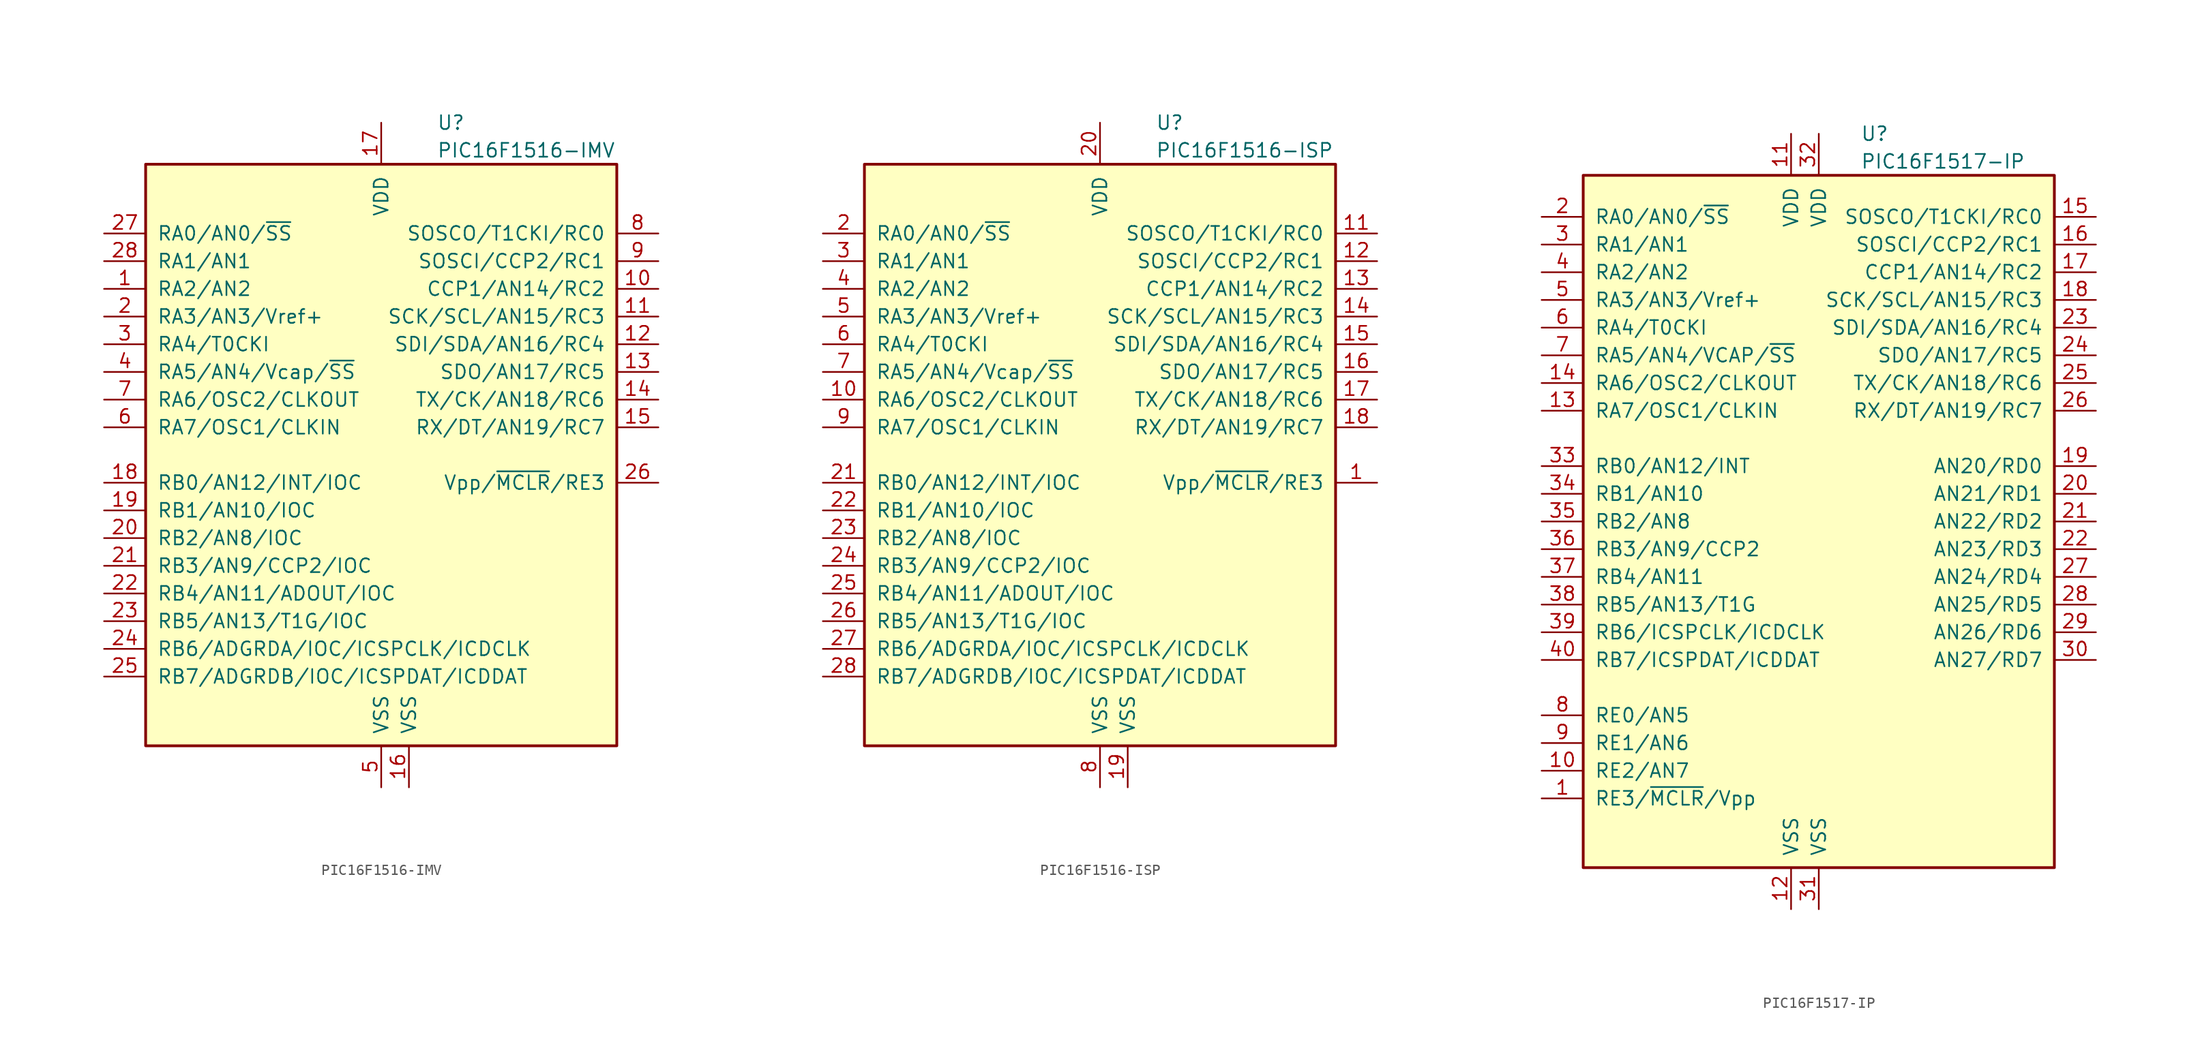
<source format=kicad_sym>
(kicad_symbol_lib
  (version 20241209)
  (generator "kicad_symbol_editor")
  (generator_version "9.0")
  (symbol "PIC16F1516-IMV"
    (pin_names
      (offset 1.016))
    (property "Reference" "U"
      (at 5.08 30.48 0)
      (effects (font (size 1.27 1.27)) (justify left)))
    (property "Value" "PIC16F1516-IMV"
      (at 5.08 27.94 0)
      (effects (font (size 1.27 1.27)) (justify left)))
    (symbol "PIC16F1516-IMV_0_1"
      (rectangle (start -21.59 26.67) (end 21.59 -26.67) (stroke (width 0.254) (type default)) (fill (type background))))
    (symbol "PIC16F1516-IMV_1_1"
      (pin bidirectional line (at -25.4 20.32 0) (length 3.81) (name "RA0/AN0/~{SS}" (effects (font (size 1.27 1.27)))) (number "27" (effects (font (size 1.27 1.27)))))
      (pin bidirectional line (at -25.4 17.78 0) (length 3.81) (name "RA1/AN1" (effects (font (size 1.27 1.27)))) (number "28" (effects (font (size 1.27 1.27)))))
      (pin bidirectional line (at -25.4 15.24 0) (length 3.81) (name "RA2/AN2" (effects (font (size 1.27 1.27)))) (number "1" (effects (font (size 1.27 1.27)))))
      (pin bidirectional line (at -25.4 12.7 0) (length 3.81) (name "RA3/AN3/Vref+" (effects (font (size 1.27 1.27)))) (number "2" (effects (font (size 1.27 1.27)))))
      (pin bidirectional line (at -25.4 10.16 0) (length 3.81) (name "RA4/T0CKI" (effects (font (size 1.27 1.27)))) (number "3" (effects (font (size 1.27 1.27)))))
      (pin bidirectional line (at -25.4 7.62 0) (length 3.81) (name "RA5/AN4/Vcap/~{SS}" (effects (font (size 1.27 1.27)))) (number "4" (effects (font (size 1.27 1.27)))))
      (pin bidirectional line (at -25.4 5.08 0) (length 3.81) (name "RA6/OSC2/CLKOUT" (effects (font (size 1.27 1.27)))) (number "7" (effects (font (size 1.27 1.27)))))
      (pin bidirectional line (at -25.4 2.54 0) (length 3.81) (name "RA7/OSC1/CLKIN" (effects (font (size 1.27 1.27)))) (number "6" (effects (font (size 1.27 1.27)))))
      (pin bidirectional line (at -25.4 -2.54 0) (length 3.81) (name "RB0/AN12/INT/IOC" (effects (font (size 1.27 1.27)))) (number "18" (effects (font (size 1.27 1.27)))))
      (pin bidirectional line (at -25.4 -5.08 0) (length 3.81) (name "RB1/AN10/IOC" (effects (font (size 1.27 1.27)))) (number "19" (effects (font (size 1.27 1.27)))))
      (pin bidirectional line (at -25.4 -7.62 0) (length 3.81) (name "RB2/AN8/IOC" (effects (font (size 1.27 1.27)))) (number "20" (effects (font (size 1.27 1.27)))))
      (pin bidirectional line (at -25.4 -10.16 0) (length 3.81) (name "RB3/AN9/CCP2/IOC" (effects (font (size 1.27 1.27)))) (number "21" (effects (font (size 1.27 1.27)))))
      (pin bidirectional line (at -25.4 -12.7 0) (length 3.81) (name "RB4/AN11/ADOUT/IOC" (effects (font (size 1.27 1.27)))) (number "22" (effects (font (size 1.27 1.27)))))
      (pin bidirectional line (at -25.4 -15.24 0) (length 3.81) (name "RB5/AN13/T1G/IOC" (effects (font (size 1.27 1.27)))) (number "23" (effects (font (size 1.27 1.27)))))
      (pin bidirectional line (at -25.4 -17.78 0) (length 3.81) (name "RB6/ADGRDA/IOC/ICSPCLK/ICDCLK" (effects (font (size 1.27 1.27)))) (number "24" (effects (font (size 1.27 1.27)))))
      (pin bidirectional line (at -25.4 -20.32 0) (length 3.81) (name "RB7/ADGRDB/IOC/ICSPDAT/ICDDAT" (effects (font (size 1.27 1.27)))) (number "25" (effects (font (size 1.27 1.27)))))
      (pin power_in line (at 0 30.48 270) (length 3.81) (name "VDD" (effects (font (size 1.27 1.27)))) (number "17" (effects (font (size 1.27 1.27)))))
      (pin power_in line (at 0 -30.48 90) (length 3.81) (name "VSS" (effects (font (size 1.27 1.27)))) (number "5" (effects (font (size 1.27 1.27)))))
      (pin power_in line (at 2.54 -30.48 90) (length 3.81) (name "VSS" (effects (font (size 1.27 1.27)))) (number "16" (effects (font (size 1.27 1.27)))))
      (pin bidirectional line (at 25.4 20.32 180) (length 3.81) (name "SOSCO/T1CKI/RC0" (effects (font (size 1.27 1.27)))) (number "8" (effects (font (size 1.27 1.27)))))
      (pin bidirectional line (at 25.4 17.78 180) (length 3.81) (name "SOSCI/CCP2/RC1" (effects (font (size 1.27 1.27)))) (number "9" (effects (font (size 1.27 1.27)))))
      (pin bidirectional line (at 25.4 15.24 180) (length 3.81) (name "CCP1/AN14/RC2" (effects (font (size 1.27 1.27)))) (number "10" (effects (font (size 1.27 1.27)))))
      (pin bidirectional line (at 25.4 12.7 180) (length 3.81) (name "SCK/SCL/AN15/RC3" (effects (font (size 1.27 1.27)))) (number "11" (effects (font (size 1.27 1.27)))))
      (pin bidirectional line (at 25.4 10.16 180) (length 3.81) (name "SDI/SDA/AN16/RC4" (effects (font (size 1.27 1.27)))) (number "12" (effects (font (size 1.27 1.27)))))
      (pin bidirectional line (at 25.4 7.62 180) (length 3.81) (name "SDO/AN17/RC5" (effects (font (size 1.27 1.27)))) (number "13" (effects (font (size 1.27 1.27)))))
      (pin bidirectional line (at 25.4 5.08 180) (length 3.81) (name "TX/CK/AN18/RC6" (effects (font (size 1.27 1.27)))) (number "14" (effects (font (size 1.27 1.27)))))
      (pin bidirectional line (at 25.4 2.54 180) (length 3.81) (name "RX/DT/AN19/RC7" (effects (font (size 1.27 1.27)))) (number "15" (effects (font (size 1.27 1.27)))))
      (pin input line (at 25.4 -2.54 180) (length 3.81) (name "Vpp/~{MCLR}/RE3" (effects (font (size 1.27 1.27)))) (number "26" (effects (font (size 1.27 1.27)))))))
  (symbol "PIC16F1516-ISP"
    (pin_names
      (offset 1.016))
    (property "Reference" "U"
      (at 5.08 30.48 0)
      (effects (font (size 1.27 1.27)) (justify left)))
    (property "Value" "PIC16F1516-ISP"
      (at 5.08 27.94 0)
      (effects (font (size 1.27 1.27)) (justify left)))
    (symbol "PIC16F1516-ISP_0_1"
      (rectangle (start -21.59 26.67) (end 21.59 -26.67) (stroke (width 0.254) (type default)) (fill (type background))))
    (symbol "PIC16F1516-ISP_1_1"
      (pin bidirectional line (at -25.4 20.32 0) (length 3.81) (name "RA0/AN0/~{SS}" (effects (font (size 1.27 1.27)))) (number "2" (effects (font (size 1.27 1.27)))))
      (pin bidirectional line (at -25.4 17.78 0) (length 3.81) (name "RA1/AN1" (effects (font (size 1.27 1.27)))) (number "3" (effects (font (size 1.27 1.27)))))
      (pin bidirectional line (at -25.4 15.24 0) (length 3.81) (name "RA2/AN2" (effects (font (size 1.27 1.27)))) (number "4" (effects (font (size 1.27 1.27)))))
      (pin bidirectional line (at -25.4 12.7 0) (length 3.81) (name "RA3/AN3/Vref+" (effects (font (size 1.27 1.27)))) (number "5" (effects (font (size 1.27 1.27)))))
      (pin bidirectional line (at -25.4 10.16 0) (length 3.81) (name "RA4/T0CKI" (effects (font (size 1.27 1.27)))) (number "6" (effects (font (size 1.27 1.27)))))
      (pin bidirectional line (at -25.4 7.62 0) (length 3.81) (name "RA5/AN4/Vcap/~{SS}" (effects (font (size 1.27 1.27)))) (number "7" (effects (font (size 1.27 1.27)))))
      (pin bidirectional line (at -25.4 5.08 0) (length 3.81) (name "RA6/OSC2/CLKOUT" (effects (font (size 1.27 1.27)))) (number "10" (effects (font (size 1.27 1.27)))))
      (pin bidirectional line (at -25.4 2.54 0) (length 3.81) (name "RA7/OSC1/CLKIN" (effects (font (size 1.27 1.27)))) (number "9" (effects (font (size 1.27 1.27)))))
      (pin bidirectional line (at -25.4 -2.54 0) (length 3.81) (name "RB0/AN12/INT/IOC" (effects (font (size 1.27 1.27)))) (number "21" (effects (font (size 1.27 1.27)))))
      (pin bidirectional line (at -25.4 -5.08 0) (length 3.81) (name "RB1/AN10/IOC" (effects (font (size 1.27 1.27)))) (number "22" (effects (font (size 1.27 1.27)))))
      (pin bidirectional line (at -25.4 -7.62 0) (length 3.81) (name "RB2/AN8/IOC" (effects (font (size 1.27 1.27)))) (number "23" (effects (font (size 1.27 1.27)))))
      (pin bidirectional line (at -25.4 -10.16 0) (length 3.81) (name "RB3/AN9/CCP2/IOC" (effects (font (size 1.27 1.27)))) (number "24" (effects (font (size 1.27 1.27)))))
      (pin bidirectional line (at -25.4 -12.7 0) (length 3.81) (name "RB4/AN11/ADOUT/IOC" (effects (font (size 1.27 1.27)))) (number "25" (effects (font (size 1.27 1.27)))))
      (pin bidirectional line (at -25.4 -15.24 0) (length 3.81) (name "RB5/AN13/T1G/IOC" (effects (font (size 1.27 1.27)))) (number "26" (effects (font (size 1.27 1.27)))))
      (pin bidirectional line (at -25.4 -17.78 0) (length 3.81) (name "RB6/ADGRDA/IOC/ICSPCLK/ICDCLK" (effects (font (size 1.27 1.27)))) (number "27" (effects (font (size 1.27 1.27)))))
      (pin bidirectional line (at -25.4 -20.32 0) (length 3.81) (name "RB7/ADGRDB/IOC/ICSPDAT/ICDDAT" (effects (font (size 1.27 1.27)))) (number "28" (effects (font (size 1.27 1.27)))))
      (pin power_in line (at 0 30.48 270) (length 3.81) (name "VDD" (effects (font (size 1.27 1.27)))) (number "20" (effects (font (size 1.27 1.27)))))
      (pin power_in line (at 0 -30.48 90) (length 3.81) (name "VSS" (effects (font (size 1.27 1.27)))) (number "8" (effects (font (size 1.27 1.27)))))
      (pin power_in line (at 2.54 -30.48 90) (length 3.81) (name "VSS" (effects (font (size 1.27 1.27)))) (number "19" (effects (font (size 1.27 1.27)))))
      (pin bidirectional line (at 25.4 20.32 180) (length 3.81) (name "SOSCO/T1CKI/RC0" (effects (font (size 1.27 1.27)))) (number "11" (effects (font (size 1.27 1.27)))))
      (pin bidirectional line (at 25.4 17.78 180) (length 3.81) (name "SOSCI/CCP2/RC1" (effects (font (size 1.27 1.27)))) (number "12" (effects (font (size 1.27 1.27)))))
      (pin bidirectional line (at 25.4 15.24 180) (length 3.81) (name "CCP1/AN14/RC2" (effects (font (size 1.27 1.27)))) (number "13" (effects (font (size 1.27 1.27)))))
      (pin bidirectional line (at 25.4 12.7 180) (length 3.81) (name "SCK/SCL/AN15/RC3" (effects (font (size 1.27 1.27)))) (number "14" (effects (font (size 1.27 1.27)))))
      (pin bidirectional line (at 25.4 10.16 180) (length 3.81) (name "SDI/SDA/AN16/RC4" (effects (font (size 1.27 1.27)))) (number "15" (effects (font (size 1.27 1.27)))))
      (pin bidirectional line (at 25.4 7.62 180) (length 3.81) (name "SDO/AN17/RC5" (effects (font (size 1.27 1.27)))) (number "16" (effects (font (size 1.27 1.27)))))
      (pin bidirectional line (at 25.4 5.08 180) (length 3.81) (name "TX/CK/AN18/RC6" (effects (font (size 1.27 1.27)))) (number "17" (effects (font (size 1.27 1.27)))))
      (pin bidirectional line (at 25.4 2.54 180) (length 3.81) (name "RX/DT/AN19/RC7" (effects (font (size 1.27 1.27)))) (number "18" (effects (font (size 1.27 1.27)))))
      (pin input line (at 25.4 -2.54 180) (length 3.81) (name "Vpp/~{MCLR}/RE3" (effects (font (size 1.27 1.27)))) (number "1" (effects (font (size 1.27 1.27)))))))
  (symbol "PIC16F1517-IP"
    (pin_names
      (offset 1.016))
    (property "Reference" "U"
      (at 3.81 35.56 0)
      (effects (font (size 1.27 1.27)) (justify left)))
    (property "Value" "PIC16F1517-IP"
      (at 3.81 33.02 0)
      (effects (font (size 1.27 1.27)) (justify left)))
    (symbol "PIC16F1517-IP_0_1"
      (rectangle (start -21.59 31.75) (end 21.59 -31.75) (stroke (width 0.254) (type default)) (fill (type background))))
    (symbol "PIC16F1517-IP_1_1"
      (pin bidirectional line (at -25.4 27.94 0) (length 3.81) (name "RA0/AN0/~{SS}" (effects (font (size 1.27 1.27)))) (number "2" (effects (font (size 1.27 1.27)))))
      (pin bidirectional line (at -25.4 25.4 0) (length 3.81) (name "RA1/AN1" (effects (font (size 1.27 1.27)))) (number "3" (effects (font (size 1.27 1.27)))))
      (pin bidirectional line (at -25.4 22.86 0) (length 3.81) (name "RA2/AN2" (effects (font (size 1.27 1.27)))) (number "4" (effects (font (size 1.27 1.27)))))
      (pin bidirectional line (at -25.4 20.32 0) (length 3.81) (name "RA3/AN3/Vref+" (effects (font (size 1.27 1.27)))) (number "5" (effects (font (size 1.27 1.27)))))
      (pin bidirectional line (at -25.4 17.78 0) (length 3.81) (name "RA4/T0CKI" (effects (font (size 1.27 1.27)))) (number "6" (effects (font (size 1.27 1.27)))))
      (pin bidirectional line (at -25.4 15.24 0) (length 3.81) (name "RA5/AN4/VCAP/~{SS}" (effects (font (size 1.27 1.27)))) (number "7" (effects (font (size 1.27 1.27)))))
      (pin bidirectional line (at -25.4 12.7 0) (length 3.81) (name "RA6/OSC2/CLKOUT" (effects (font (size 1.27 1.27)))) (number "14" (effects (font (size 1.27 1.27)))))
      (pin bidirectional line (at -25.4 10.16 0) (length 3.81) (name "RA7/OSC1/CLKIN" (effects (font (size 1.27 1.27)))) (number "13" (effects (font (size 1.27 1.27)))))
      (pin bidirectional line (at -25.4 5.08 0) (length 3.81) (name "RB0/AN12/INT" (effects (font (size 1.27 1.27)))) (number "33" (effects (font (size 1.27 1.27)))))
      (pin bidirectional line (at -25.4 2.54 0) (length 3.81) (name "RB1/AN10" (effects (font (size 1.27 1.27)))) (number "34" (effects (font (size 1.27 1.27)))))
      (pin bidirectional line (at -25.4 0 0) (length 3.81) (name "RB2/AN8" (effects (font (size 1.27 1.27)))) (number "35" (effects (font (size 1.27 1.27)))))
      (pin bidirectional line (at -25.4 -2.54 0) (length 3.81) (name "RB3/AN9/CCP2" (effects (font (size 1.27 1.27)))) (number "36" (effects (font (size 1.27 1.27)))))
      (pin bidirectional line (at -25.4 -5.08 0) (length 3.81) (name "RB4/AN11" (effects (font (size 1.27 1.27)))) (number "37" (effects (font (size 1.27 1.27)))))
      (pin bidirectional line (at -25.4 -7.62 0) (length 3.81) (name "RB5/AN13/T1G" (effects (font (size 1.27 1.27)))) (number "38" (effects (font (size 1.27 1.27)))))
      (pin bidirectional line (at -25.4 -10.16 0) (length 3.81) (name "RB6/ICSPCLK/ICDCLK" (effects (font (size 1.27 1.27)))) (number "39" (effects (font (size 1.27 1.27)))))
      (pin bidirectional line (at -25.4 -12.7 0) (length 3.81) (name "RB7/ICSPDAT/ICDDAT" (effects (font (size 1.27 1.27)))) (number "40" (effects (font (size 1.27 1.27)))))
      (pin bidirectional line (at -25.4 -17.78 0) (length 3.81) (name "RE0/AN5" (effects (font (size 1.27 1.27)))) (number "8" (effects (font (size 1.27 1.27)))))
      (pin bidirectional line (at -25.4 -20.32 0) (length 3.81) (name "RE1/AN6" (effects (font (size 1.27 1.27)))) (number "9" (effects (font (size 1.27 1.27)))))
      (pin bidirectional line (at -25.4 -22.86 0) (length 3.81) (name "RE2/AN7" (effects (font (size 1.27 1.27)))) (number "10" (effects (font (size 1.27 1.27)))))
      (pin input line (at -25.4 -25.4 0) (length 3.81) (name "RE3/~{MCLR}/Vpp" (effects (font (size 1.27 1.27)))) (number "1" (effects (font (size 1.27 1.27)))))
      (pin power_in line (at -2.54 35.56 270) (length 3.81) (name "VDD" (effects (font (size 1.27 1.27)))) (number "11" (effects (font (size 1.27 1.27)))))
      (pin power_in line (at -2.54 -35.56 90) (length 3.81) (name "VSS" (effects (font (size 1.27 1.27)))) (number "12" (effects (font (size 1.27 1.27)))))
      (pin power_in line (at 0 35.56 270) (length 3.81) (name "VDD" (effects (font (size 1.27 1.27)))) (number "32" (effects (font (size 1.27 1.27)))))
      (pin power_in line (at 0 -35.56 90) (length 3.81) (name "VSS" (effects (font (size 1.27 1.27)))) (number "31" (effects (font (size 1.27 1.27)))))
      (pin bidirectional line (at 25.4 27.94 180) (length 3.81) (name "SOSCO/T1CKI/RC0" (effects (font (size 1.27 1.27)))) (number "15" (effects (font (size 1.27 1.27)))))
      (pin bidirectional line (at 25.4 25.4 180) (length 3.81) (name "SOSCI/CCP2/RC1" (effects (font (size 1.27 1.27)))) (number "16" (effects (font (size 1.27 1.27)))))
      (pin bidirectional line (at 25.4 22.86 180) (length 3.81) (name "CCP1/AN14/RC2" (effects (font (size 1.27 1.27)))) (number "17" (effects (font (size 1.27 1.27)))))
      (pin bidirectional line (at 25.4 20.32 180) (length 3.81) (name "SCK/SCL/AN15/RC3" (effects (font (size 1.27 1.27)))) (number "18" (effects (font (size 1.27 1.27)))))
      (pin bidirectional line (at 25.4 17.78 180) (length 3.81) (name "SDI/SDA/AN16/RC4" (effects (font (size 1.27 1.27)))) (number "23" (effects (font (size 1.27 1.27)))))
      (pin bidirectional line (at 25.4 15.24 180) (length 3.81) (name "SDO/AN17/RC5" (effects (font (size 1.27 1.27)))) (number "24" (effects (font (size 1.27 1.27)))))
      (pin bidirectional line (at 25.4 12.7 180) (length 3.81) (name "TX/CK/AN18/RC6" (effects (font (size 1.27 1.27)))) (number "25" (effects (font (size 1.27 1.27)))))
      (pin bidirectional line (at 25.4 10.16 180) (length 3.81) (name "RX/DT/AN19/RC7" (effects (font (size 1.27 1.27)))) (number "26" (effects (font (size 1.27 1.27)))))
      (pin bidirectional line (at 25.4 5.08 180) (length 3.81) (name "AN20/RD0" (effects (font (size 1.27 1.27)))) (number "19" (effects (font (size 1.27 1.27)))))
      (pin bidirectional line (at 25.4 2.54 180) (length 3.81) (name "AN21/RD1" (effects (font (size 1.27 1.27)))) (number "20" (effects (font (size 1.27 1.27)))))
      (pin bidirectional line (at 25.4 0 180) (length 3.81) (name "AN22/RD2" (effects (font (size 1.27 1.27)))) (number "21" (effects (font (size 1.27 1.27)))))
      (pin bidirectional line (at 25.4 -2.54 180) (length 3.81) (name "AN23/RD3" (effects (font (size 1.27 1.27)))) (number "22" (effects (font (size 1.27 1.27)))))
      (pin bidirectional line (at 25.4 -5.08 180) (length 3.81) (name "AN24/RD4" (effects (font (size 1.27 1.27)))) (number "27" (effects (font (size 1.27 1.27)))))
      (pin bidirectional line (at 25.4 -7.62 180) (length 3.81) (name "AN25/RD5" (effects (font (size 1.27 1.27)))) (number "28" (effects (font (size 1.27 1.27)))))
      (pin bidirectional line (at 25.4 -10.16 180) (length 3.81) (name "AN26/RD6" (effects (font (size 1.27 1.27)))) (number "29" (effects (font (size 1.27 1.27)))))
      (pin bidirectional line (at 25.4 -12.7 180) (length 3.81) (name "AN27/RD7" (effects (font (size 1.27 1.27)))) (number "30" (effects (font (size 1.27 1.27))))))))
</source>
